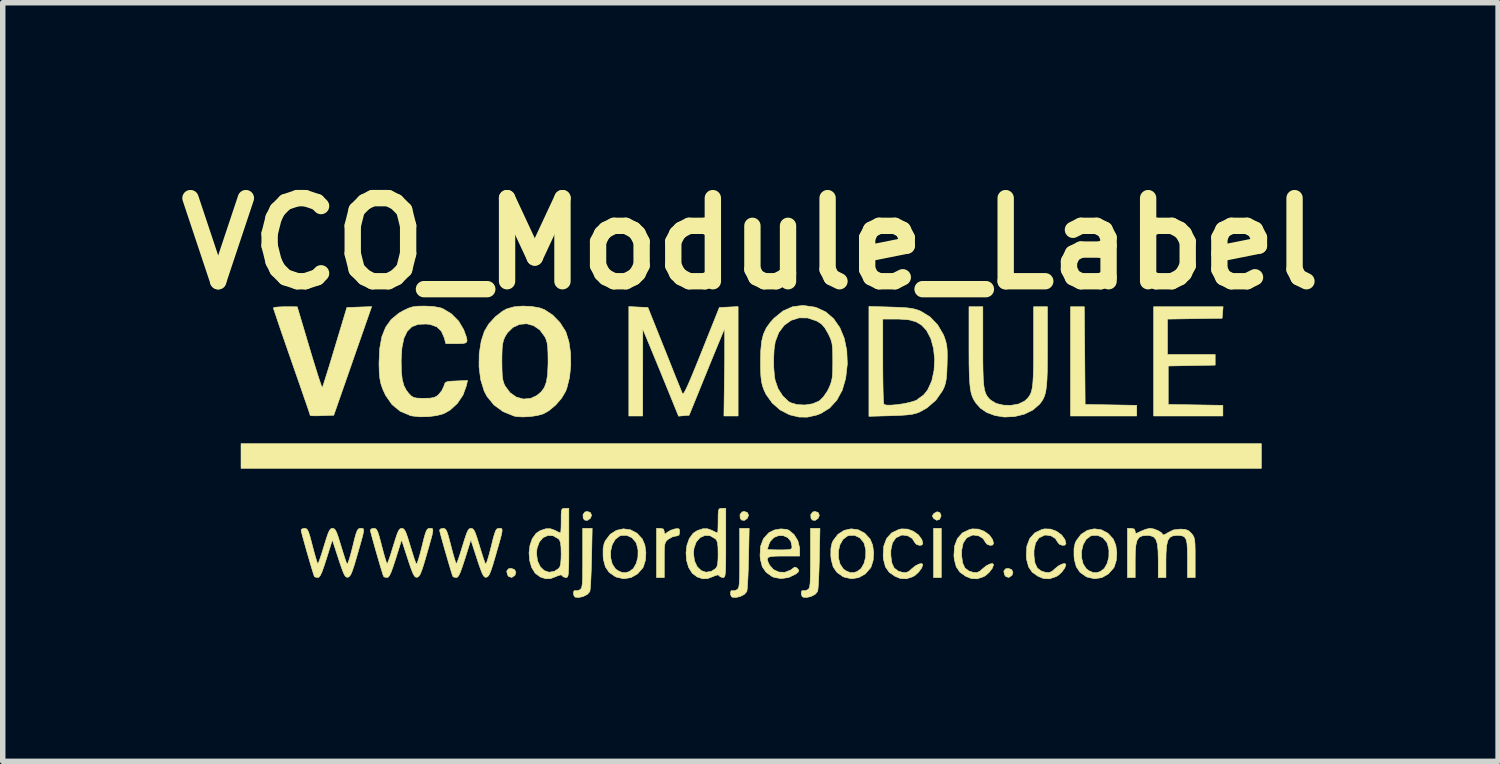
<source format=kicad_pcb>
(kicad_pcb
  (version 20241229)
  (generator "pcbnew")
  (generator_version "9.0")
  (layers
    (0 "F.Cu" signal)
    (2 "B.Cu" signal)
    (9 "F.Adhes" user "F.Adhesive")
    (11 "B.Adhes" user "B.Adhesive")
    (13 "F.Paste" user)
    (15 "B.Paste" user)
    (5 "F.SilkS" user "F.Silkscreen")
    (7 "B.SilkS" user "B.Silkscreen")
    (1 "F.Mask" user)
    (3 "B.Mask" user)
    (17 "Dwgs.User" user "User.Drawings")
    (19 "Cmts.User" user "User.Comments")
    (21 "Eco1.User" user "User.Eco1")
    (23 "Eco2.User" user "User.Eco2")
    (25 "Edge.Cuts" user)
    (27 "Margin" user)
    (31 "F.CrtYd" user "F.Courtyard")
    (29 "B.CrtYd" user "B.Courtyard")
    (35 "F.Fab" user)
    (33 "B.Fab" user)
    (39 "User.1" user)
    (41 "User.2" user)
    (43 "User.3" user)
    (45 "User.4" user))
  (footprint "VCO_Module_Label"
    (layer "F.Cu")
    (at 10.712 5.228)
    (property "Reference" "VCO_Module_Label" (at 0 -3.81 0) (layer "F.SilkS") (effects (font (size 1.524 1.524) (thickness 0.3))))
    (attr through_hole)
    (fp_poly (pts (xy 3.5 2.314) (xy 3.358 2.314) (xy 3.358 1.411) (xy 3.5 1.411) (xy 3.5 2.314)) (stroke (width 0.01) (type solid)) (fill yes) (layer "F.SilkS"))
    (fp_poly (pts (xy 9.37 0.31) (xy -9.342 0.31) (xy -9.342 -0.141) (xy 9.37 -0.141) (xy 9.37 0.31)) (stroke (width 0.01) (type solid)) (fill yes) (layer "F.SilkS"))
    (fp_poly (pts (xy 6.131 -1.757) (xy 6.138 -0.861) (xy 6.611 -0.853) (xy 7.084 -0.845) (xy 7.084 -0.649) (xy 5.87 -0.649) (xy 5.87 -2.653) (xy 6.123 -2.653) (xy 6.131 -1.757)) (stroke (width 0.01) (type solid)) (fill yes) (layer "F.SilkS"))
    (fp_poly (pts (xy -2.934 1.122) (xy -2.913 1.172) (xy -2.935 1.228) (xy -2.99 1.266) (xy -3.041 1.259) (xy -3.066 1.228) (xy -3.071 1.159) (xy -3.034 1.111) (xy -2.992 1.101) (xy -2.934 1.122)) (stroke (width 0.01) (type solid)) (fill yes) (layer "F.SilkS"))
    (fp_poly (pts (xy -0.055 1.122) (xy -0.034 1.172) (xy -0.057 1.228) (xy -0.111 1.266) (xy -0.163 1.259) (xy -0.187 1.228) (xy -0.192 1.159) (xy -0.155 1.111) (xy -0.113 1.101) (xy -0.055 1.122)) (stroke (width 0.01) (type solid)) (fill yes) (layer "F.SilkS"))
    (fp_poly (pts (xy 1.243 1.122) (xy 1.264 1.172) (xy 1.241 1.228) (xy 1.187 1.266) (xy 1.136 1.259) (xy 1.111 1.228) (xy 1.106 1.159) (xy 1.143 1.111) (xy 1.185 1.101) (xy 1.243 1.122)) (stroke (width 0.01) (type solid)) (fill yes) (layer "F.SilkS"))
    (fp_poly (pts (xy -4.328 2.166) (xy -4.301 2.215) (xy -4.319 2.273) (xy -4.321 2.275) (xy -4.377 2.312) (xy -4.431 2.296) (xy -4.454 2.265) (xy -4.47 2.196) (xy -4.438 2.154) (xy -4.389 2.145) (xy -4.328 2.166)) (stroke (width 0.01) (type solid)) (fill yes) (layer "F.SilkS"))
    (fp_poly (pts (xy 4.788 2.166) (xy 4.814 2.215) (xy 4.797 2.273) (xy 4.795 2.275) (xy 4.739 2.312) (xy 4.685 2.296) (xy 4.661 2.265) (xy 4.646 2.196) (xy 4.678 2.154) (xy 4.727 2.145) (xy 4.788 2.166)) (stroke (width 0.01) (type solid)) (fill yes) (layer "F.SilkS"))
    (fp_poly (pts (xy 3.472 1.121) (xy 3.495 1.171) (xy 3.494 1.192) (xy 3.466 1.249) (xy 3.414 1.263) (xy 3.359 1.229) (xy 3.358 1.227) (xy 3.336 1.185) (xy 3.359 1.145) (xy 3.366 1.138) (xy 3.423 1.107) (xy 3.472 1.121)) (stroke (width 0.01) (type solid)) (fill yes) (layer "F.SilkS"))
    (fp_poly (pts (xy 8.659 -2.547) (xy 8.65 -2.441) (xy 8.149 -2.434) (xy 7.648 -2.426) (xy 7.648 -1.778) (xy 8.523 -1.778) (xy 8.523 -1.582) (xy 8.093 -1.574) (xy 7.662 -1.566) (xy 7.662 -0.861) (xy 8.163 -0.853) (xy 8.664 -0.845) (xy 8.664 -0.649) (xy 7.394 -0.649) (xy 7.394 -2.653) (xy 8.668 -2.653) (xy 8.659 -2.547)) (stroke (width 0.01) (type solid)) (fill yes) (layer "F.SilkS"))
    (fp_poly (pts (xy -1.596 1.424) (xy -1.58 1.469) (xy -1.58 1.472) (xy -1.577 1.514) (xy -1.555 1.509) (xy -1.529 1.486) (xy -1.464 1.447) (xy -1.388 1.422) (xy -1.326 1.414) (xy -1.302 1.432) (xy -1.298 1.478) (xy -1.309 1.534) (xy -1.351 1.552) (xy -1.365 1.552) (xy -1.434 1.569) (xy -1.506 1.611) (xy -1.538 1.638) (xy -1.559 1.668) (xy -1.572 1.713) (xy -1.578 1.782) (xy -1.58 1.889) (xy -1.58 1.992) (xy -1.58 2.314) (xy -1.722 2.314) (xy -1.722 1.411) (xy -1.651 1.411) (xy -1.596 1.424)) (stroke (width 0.01) (type solid)) (fill yes) (layer "F.SilkS"))
    (fp_poly (pts (xy -2.913 1.968) (xy -2.918 2.143) (xy -2.924 2.299) (xy -2.93 2.429) (xy -2.938 2.522) (xy -2.945 2.569) (xy -2.945 2.571) (xy -2.991 2.622) (xy -3.064 2.66) (xy -3.144 2.679) (xy -3.209 2.674) (xy -3.227 2.662) (xy -3.243 2.625) (xy -3.244 2.58) (xy -3.231 2.553) (xy -3.218 2.554) (xy -3.174 2.555) (xy -3.133 2.54) (xy -3.114 2.527) (xy -3.099 2.506) (xy -3.089 2.469) (xy -3.082 2.41) (xy -3.078 2.318) (xy -3.077 2.189) (xy -3.076 2.012) (xy -3.076 1.96) (xy -3.076 1.411) (xy -2.902 1.411) (xy -2.913 1.968)) (stroke (width 0.01) (type solid)) (fill yes) (layer "F.SilkS"))
    (fp_poly (pts (xy -0.034 1.968) (xy -0.039 2.143) (xy -0.045 2.299) (xy -0.052 2.429) (xy -0.059 2.522) (xy -0.066 2.569) (xy -0.067 2.571) (xy -0.112 2.622) (xy -0.186 2.66) (xy -0.265 2.679) (xy -0.331 2.674) (xy -0.348 2.662) (xy -0.365 2.625) (xy -0.365 2.58) (xy -0.352 2.553) (xy -0.339 2.554) (xy -0.295 2.555) (xy -0.255 2.54) (xy -0.235 2.527) (xy -0.22 2.506) (xy -0.21 2.469) (xy -0.204 2.41) (xy -0.2 2.318) (xy -0.198 2.189) (xy -0.198 2.012) (xy -0.198 1.96) (xy -0.198 1.411) (xy -0.023 1.411) (xy -0.034 1.968)) (stroke (width 0.01) (type solid)) (fill yes) (layer "F.SilkS"))
    (fp_poly (pts (xy 1.264 1.968) (xy 1.259 2.143) (xy 1.253 2.299) (xy 1.247 2.429) (xy 1.239 2.522) (xy 1.232 2.569) (xy 1.231 2.571) (xy 1.186 2.622) (xy 1.113 2.66) (xy 1.033 2.679) (xy 0.968 2.674) (xy 0.95 2.662) (xy 0.934 2.625) (xy 0.933 2.58) (xy 0.946 2.553) (xy 0.959 2.554) (xy 1.003 2.555) (xy 1.044 2.54) (xy 1.063 2.527) (xy 1.078 2.506) (xy 1.088 2.469) (xy 1.095 2.41) (xy 1.098 2.318) (xy 1.1 2.189) (xy 1.101 2.012) (xy 1.101 1.96) (xy 1.101 1.411) (xy 1.275 1.411) (xy 1.264 1.968)) (stroke (width 0.01) (type solid)) (fill yes) (layer "F.SilkS"))
    (fp_poly (pts (xy -2.202 1.437) (xy -2.081 1.5) (xy -1.983 1.606) (xy -1.936 1.718) (xy -1.917 1.856) (xy -1.926 1.997) (xy -1.964 2.118) (xy -1.974 2.136) (xy -2.07 2.246) (xy -2.19 2.314) (xy -2.322 2.336) (xy -2.454 2.307) (xy -2.482 2.295) (xy -2.591 2.218) (xy -2.66 2.117) (xy -2.696 1.983) (xy -2.702 1.912) (xy -2.702 1.828) (xy -2.563 1.828) (xy -2.563 1.951) (xy -2.534 2.065) (xy -2.475 2.154) (xy -2.431 2.187) (xy -2.353 2.221) (xy -2.287 2.224) (xy -2.219 2.203) (xy -2.146 2.147) (xy -2.093 2.053) (xy -2.063 1.936) (xy -2.061 1.811) (xy -2.089 1.694) (xy -2.101 1.668) (xy -2.172 1.584) (xy -2.268 1.54) (xy -2.373 1.543) (xy -2.397 1.551) (xy -2.479 1.613) (xy -2.535 1.711) (xy -2.563 1.828) (xy -2.702 1.828) (xy -2.702 1.782) (xy -2.682 1.686) (xy -2.661 1.639) (xy -2.572 1.521) (xy -2.458 1.448) (xy -2.331 1.42) (xy -2.202 1.437)) (stroke (width 0.01) (type solid)) (fill yes) (layer "F.SilkS"))
    (fp_poly (pts (xy 1.975 1.437) (xy 2.096 1.5) (xy 2.194 1.606) (xy 2.241 1.718) (xy 2.26 1.856) (xy 2.251 1.997) (xy 2.213 2.118) (xy 2.203 2.136) (xy 2.107 2.246) (xy 1.987 2.314) (xy 1.855 2.336) (xy 1.723 2.307) (xy 1.695 2.295) (xy 1.586 2.218) (xy 1.517 2.117) (xy 1.481 1.983) (xy 1.474 1.912) (xy 1.475 1.828) (xy 1.614 1.828) (xy 1.614 1.951) (xy 1.643 2.065) (xy 1.702 2.154) (xy 1.746 2.187) (xy 1.824 2.221) (xy 1.89 2.224) (xy 1.958 2.203) (xy 2.031 2.147) (xy 2.084 2.053) (xy 2.113 1.936) (xy 2.116 1.811) (xy 2.088 1.694) (xy 2.076 1.668) (xy 2.005 1.584) (xy 1.909 1.54) (xy 1.804 1.543) (xy 1.78 1.551) (xy 1.698 1.613) (xy 1.642 1.711) (xy 1.614 1.828) (xy 1.475 1.828) (xy 1.475 1.782) (xy 1.495 1.686) (xy 1.515 1.639) (xy 1.605 1.521) (xy 1.719 1.448) (xy 1.846 1.42) (xy 1.975 1.437)) (stroke (width 0.01) (type solid)) (fill yes) (layer "F.SilkS"))
    (fp_poly (pts (xy 2.882 1.425) (xy 2.99 1.466) (xy 3.083 1.533) (xy 3.144 1.618) (xy 3.161 1.692) (xy 3.14 1.719) (xy 3.093 1.722) (xy 3.043 1.704) (xy 3.013 1.67) (xy 3.012 1.668) (xy 2.968 1.597) (xy 2.888 1.549) (xy 2.794 1.534) (xy 2.765 1.538) (xy 2.667 1.586) (xy 2.604 1.678) (xy 2.575 1.813) (xy 2.575 1.913) (xy 2.594 2.048) (xy 2.636 2.139) (xy 2.708 2.194) (xy 2.786 2.218) (xy 2.852 2.223) (xy 2.906 2.2) (xy 2.964 2.148) (xy 3.027 2.098) (xy 3.09 2.066) (xy 3.14 2.056) (xy 3.161 2.075) (xy 3.161 2.076) (xy 3.14 2.139) (xy 3.086 2.212) (xy 3.017 2.275) (xy 2.981 2.296) (xy 2.861 2.337) (xy 2.75 2.331) (xy 2.655 2.293) (xy 2.546 2.218) (xy 2.476 2.118) (xy 2.441 1.983) (xy 2.434 1.912) (xy 2.445 1.738) (xy 2.497 1.598) (xy 2.589 1.495) (xy 2.718 1.433) (xy 2.77 1.421) (xy 2.882 1.425)) (stroke (width 0.01) (type solid)) (fill yes) (layer "F.SilkS"))
    (fp_poly (pts (xy 4.18 1.425) (xy 4.289 1.466) (xy 4.381 1.533) (xy 4.442 1.618) (xy 4.459 1.692) (xy 4.438 1.719) (xy 4.392 1.722) (xy 4.341 1.704) (xy 4.311 1.67) (xy 4.311 1.668) (xy 4.266 1.597) (xy 4.186 1.549) (xy 4.092 1.534) (xy 4.063 1.538) (xy 3.965 1.586) (xy 3.902 1.678) (xy 3.874 1.813) (xy 3.873 1.913) (xy 3.892 2.048) (xy 3.934 2.139) (xy 4.006 2.194) (xy 4.084 2.218) (xy 4.15 2.223) (xy 4.204 2.2) (xy 4.263 2.148) (xy 4.325 2.098) (xy 4.389 2.066) (xy 4.438 2.056) (xy 4.459 2.075) (xy 4.459 2.076) (xy 4.438 2.139) (xy 4.384 2.212) (xy 4.315 2.275) (xy 4.28 2.296) (xy 4.159 2.337) (xy 4.049 2.331) (xy 3.953 2.293) (xy 3.844 2.218) (xy 3.775 2.118) (xy 3.739 1.983) (xy 3.732 1.912) (xy 3.743 1.738) (xy 3.796 1.598) (xy 3.887 1.495) (xy 4.016 1.433) (xy 4.068 1.421) (xy 4.18 1.425)) (stroke (width 0.01) (type solid)) (fill yes) (layer "F.SilkS"))
    (fp_poly (pts (xy 5.506 1.425) (xy 5.615 1.466) (xy 5.707 1.533) (xy 5.768 1.618) (xy 5.786 1.692) (xy 5.765 1.719) (xy 5.718 1.722) (xy 5.668 1.704) (xy 5.638 1.67) (xy 5.637 1.668) (xy 5.592 1.597) (xy 5.513 1.549) (xy 5.419 1.534) (xy 5.39 1.538) (xy 5.292 1.586) (xy 5.229 1.678) (xy 5.2 1.813) (xy 5.2 1.913) (xy 5.218 2.048) (xy 5.261 2.139) (xy 5.333 2.194) (xy 5.411 2.218) (xy 5.476 2.223) (xy 5.531 2.2) (xy 5.589 2.148) (xy 5.651 2.098) (xy 5.715 2.066) (xy 5.765 2.056) (xy 5.786 2.075) (xy 5.786 2.076) (xy 5.764 2.139) (xy 5.711 2.212) (xy 5.642 2.275) (xy 5.606 2.296) (xy 5.485 2.337) (xy 5.375 2.331) (xy 5.28 2.293) (xy 5.17 2.218) (xy 5.101 2.118) (xy 5.065 1.983) (xy 5.059 1.912) (xy 5.069 1.738) (xy 5.122 1.598) (xy 5.214 1.495) (xy 5.343 1.433) (xy 5.394 1.421) (xy 5.506 1.425)) (stroke (width 0.01) (type solid)) (fill yes) (layer "F.SilkS"))
    (fp_poly (pts (xy 6.434 1.437) (xy 6.555 1.5) (xy 6.653 1.606) (xy 6.7 1.718) (xy 6.719 1.856) (xy 6.71 1.997) (xy 6.672 2.118) (xy 6.662 2.136) (xy 6.566 2.246) (xy 6.446 2.314) (xy 6.314 2.336) (xy 6.182 2.307) (xy 6.154 2.295) (xy 6.045 2.218) (xy 5.976 2.117) (xy 5.94 1.983) (xy 5.934 1.912) (xy 5.934 1.828) (xy 6.073 1.828) (xy 6.073 1.951) (xy 6.102 2.065) (xy 6.161 2.154) (xy 6.205 2.187) (xy 6.283 2.221) (xy 6.349 2.224) (xy 6.417 2.203) (xy 6.49 2.147) (xy 6.543 2.053) (xy 6.573 1.936) (xy 6.575 1.811) (xy 6.547 1.694) (xy 6.535 1.668) (xy 6.464 1.584) (xy 6.368 1.54) (xy 6.263 1.543) (xy 6.239 1.551) (xy 6.157 1.613) (xy 6.101 1.711) (xy 6.073 1.828) (xy 5.934 1.828) (xy 5.934 1.782) (xy 5.954 1.686) (xy 5.975 1.639) (xy 6.064 1.521) (xy 6.178 1.448) (xy 6.305 1.42) (xy 6.434 1.437)) (stroke (width 0.01) (type solid)) (fill yes) (layer "F.SilkS"))
    (fp_poly (pts (xy -7.116 -2.167) (xy -7.187 -1.965) (xy -7.268 -1.733) (xy -7.351 -1.494) (xy -7.429 -1.27) (xy -7.464 -1.171) (xy -7.641 -0.663) (xy -7.856 -0.655) (xy -7.958 -0.652) (xy -8.034 -0.653) (xy -8.07 -0.657) (xy -8.072 -0.658) (xy -8.081 -0.686) (xy -8.106 -0.762) (xy -8.146 -0.879) (xy -8.199 -1.031) (xy -8.261 -1.212) (xy -8.333 -1.417) (xy -8.41 -1.639) (xy -8.41 -1.64) (xy -8.488 -1.863) (xy -8.559 -2.068) (xy -8.622 -2.251) (xy -8.674 -2.405) (xy -8.714 -2.524) (xy -8.74 -2.601) (xy -8.749 -2.632) (xy -8.723 -2.642) (xy -8.654 -2.649) (xy -8.556 -2.653) (xy -8.53 -2.653) (xy -8.311 -2.652) (xy -8.088 -1.904) (xy -8.03 -1.71) (xy -7.976 -1.536) (xy -7.93 -1.388) (xy -7.892 -1.273) (xy -7.866 -1.198) (xy -7.853 -1.17) (xy -7.852 -1.17) (xy -7.841 -1.199) (xy -7.815 -1.276) (xy -7.779 -1.392) (xy -7.732 -1.541) (xy -7.679 -1.715) (xy -7.621 -1.908) (xy -7.62 -1.911) (xy -7.401 -2.639) (xy -7.174 -2.647) (xy -6.946 -2.655) (xy -7.116 -2.167)) (stroke (width 0.01) (type solid)) (fill yes) (layer "F.SilkS"))
    (fp_poly (pts (xy -0.226 -0.649) (xy -0.486 -0.649) (xy -0.476 -1.451) (xy -0.473 -1.657) (xy -0.472 -1.842) (xy -0.472 -2) (xy -0.472 -2.124) (xy -0.473 -2.207) (xy -0.475 -2.242) (xy -0.476 -2.243) (xy -0.489 -2.215) (xy -0.52 -2.141) (xy -0.567 -2.028) (xy -0.627 -1.883) (xy -0.698 -1.711) (xy -0.776 -1.519) (xy -0.805 -1.448) (xy -1.124 -0.663) (xy -1.221 -0.655) (xy -1.318 -0.646) (xy -1.511 -1.12) (xy -1.586 -1.303) (xy -1.665 -1.497) (xy -1.742 -1.684) (xy -1.809 -1.846) (xy -1.839 -1.919) (xy -1.974 -2.244) (xy -1.975 -1.446) (xy -1.976 -0.649) (xy -2.23 -0.649) (xy -2.23 -2.656) (xy -2.055 -2.647) (xy -1.88 -2.639) (xy -1.575 -1.877) (xy -1.496 -1.68) (xy -1.424 -1.498) (xy -1.36 -1.338) (xy -1.307 -1.208) (xy -1.269 -1.114) (xy -1.249 -1.064) (xy -1.247 -1.06) (xy -1.236 -1.056) (xy -1.215 -1.08) (xy -1.184 -1.138) (xy -1.14 -1.232) (xy -1.082 -1.367) (xy -1.008 -1.547) (xy -0.916 -1.774) (xy -0.897 -1.822) (xy -0.57 -2.639) (xy -0.398 -2.647) (xy -0.226 -2.656) (xy -0.226 -0.649)) (stroke (width 0.01) (type solid)) (fill yes) (layer "F.SilkS"))
    (fp_poly (pts (xy 4.262 -1.918) (xy 4.262 -1.675) (xy 4.265 -1.482) (xy 4.27 -1.331) (xy 4.279 -1.216) (xy 4.293 -1.129) (xy 4.313 -1.064) (xy 4.34 -1.013) (xy 4.375 -0.97) (xy 4.408 -0.939) (xy 4.508 -0.879) (xy 4.639 -0.848) (xy 4.782 -0.845) (xy 4.917 -0.869) (xy 5.026 -0.922) (xy 5.046 -0.938) (xy 5.088 -0.98) (xy 5.121 -1.024) (xy 5.147 -1.078) (xy 5.165 -1.147) (xy 5.178 -1.24) (xy 5.186 -1.363) (xy 5.191 -1.523) (xy 5.193 -1.728) (xy 5.193 -1.918) (xy 5.193 -2.653) (xy 5.447 -2.653) (xy 5.447 -1.915) (xy 5.446 -1.666) (xy 5.444 -1.466) (xy 5.438 -1.308) (xy 5.428 -1.185) (xy 5.414 -1.09) (xy 5.393 -1.016) (xy 5.366 -0.955) (xy 5.33 -0.901) (xy 5.302 -0.865) (xy 5.181 -0.76) (xy 5.024 -0.683) (xy 4.845 -0.639) (xy 4.657 -0.63) (xy 4.483 -0.658) (xy 4.333 -0.714) (xy 4.219 -0.792) (xy 4.139 -0.881) (xy 4.102 -0.937) (xy 4.072 -0.996) (xy 4.049 -1.066) (xy 4.032 -1.155) (xy 4.021 -1.27) (xy 4.013 -1.417) (xy 4.009 -1.604) (xy 4.008 -1.838) (xy 4.008 -1.926) (xy 4.008 -2.653) (xy 4.262 -2.653) (xy 4.262 -1.918)) (stroke (width 0.01) (type solid)) (fill yes) (layer "F.SilkS"))
    (fp_poly (pts (xy 0.663 1.43) (xy 0.705 1.446) (xy 0.8 1.525) (xy 0.87 1.639) (xy 0.902 1.769) (xy 0.903 1.796) (xy 0.903 1.919) (xy 0.607 1.919) (xy 0.465 1.921) (xy 0.372 1.928) (xy 0.323 1.946) (xy 0.309 1.978) (xy 0.324 2.03) (xy 0.351 2.086) (xy 0.423 2.168) (xy 0.522 2.213) (xy 0.631 2.217) (xy 0.736 2.177) (xy 0.77 2.152) (xy 0.812 2.122) (xy 0.846 2.133) (xy 0.864 2.15) (xy 0.888 2.183) (xy 0.877 2.212) (xy 0.824 2.254) (xy 0.823 2.254) (xy 0.7 2.313) (xy 0.562 2.333) (xy 0.433 2.31) (xy 0.397 2.295) (xy 0.288 2.217) (xy 0.218 2.117) (xy 0.183 1.983) (xy 0.176 1.912) (xy 0.183 1.796) (xy 0.31 1.796) (xy 0.336 1.801) (xy 0.406 1.804) (xy 0.504 1.806) (xy 0.536 1.806) (xy 0.648 1.805) (xy 0.715 1.8) (xy 0.749 1.788) (xy 0.761 1.765) (xy 0.762 1.742) (xy 0.74 1.646) (xy 0.683 1.58) (xy 0.603 1.546) (xy 0.515 1.545) (xy 0.431 1.579) (xy 0.364 1.649) (xy 0.342 1.697) (xy 0.321 1.76) (xy 0.311 1.795) (xy 0.31 1.796) (xy 0.183 1.796) (xy 0.186 1.74) (xy 0.238 1.602) (xy 0.334 1.495) (xy 0.344 1.488) (xy 0.44 1.441) (xy 0.555 1.421) (xy 0.663 1.43)) (stroke (width 0.01) (type solid)) (fill yes) (layer "F.SilkS"))
    (fp_poly (pts (xy 7.041 1.425) (xy 7.056 1.465) (xy 7.058 1.497) (xy 7.076 1.503) (xy 7.124 1.483) (xy 7.16 1.465) (xy 7.244 1.43) (xy 7.318 1.412) (xy 7.331 1.411) (xy 7.4 1.423) (xy 7.475 1.453) (xy 7.536 1.49) (xy 7.563 1.525) (xy 7.564 1.527) (xy 7.583 1.531) (xy 7.633 1.506) (xy 7.655 1.491) (xy 7.758 1.44) (xy 7.883 1.425) (xy 7.976 1.431) (xy 8.036 1.455) (xy 8.088 1.504) (xy 8.116 1.54) (xy 8.135 1.578) (xy 8.147 1.63) (xy 8.153 1.706) (xy 8.156 1.818) (xy 8.156 1.949) (xy 8.156 2.314) (xy 8.015 2.314) (xy 8.015 1.965) (xy 8.013 1.802) (xy 8.006 1.687) (xy 7.988 1.611) (xy 7.958 1.567) (xy 7.91 1.547) (xy 7.841 1.541) (xy 7.825 1.541) (xy 7.747 1.549) (xy 7.691 1.578) (xy 7.654 1.636) (xy 7.632 1.73) (xy 7.622 1.867) (xy 7.62 1.993) (xy 7.62 2.314) (xy 7.479 2.314) (xy 7.479 1.993) (xy 7.475 1.821) (xy 7.462 1.698) (xy 7.436 1.616) (xy 7.394 1.568) (xy 7.331 1.545) (xy 7.267 1.541) (xy 7.187 1.549) (xy 7.129 1.576) (xy 7.091 1.632) (xy 7.068 1.722) (xy 7.058 1.856) (xy 7.056 1.993) (xy 7.056 2.314) (xy 6.914 2.314) (xy 6.914 1.411) (xy 6.985 1.411) (xy 7.041 1.425)) (stroke (width 0.01) (type solid)) (fill yes) (layer "F.SilkS"))
    (fp_poly (pts (xy -3.33 1.679) (xy -3.33 1.884) (xy -3.331 2.04) (xy -3.334 2.152) (xy -3.338 2.229) (xy -3.345 2.277) (xy -3.355 2.302) (xy -3.369 2.313) (xy -3.384 2.314) (xy -3.435 2.299) (xy -3.45 2.28) (xy -3.473 2.264) (xy -3.529 2.279) (xy -3.562 2.294) (xy -3.665 2.333) (xy -3.753 2.336) (xy -3.854 2.303) (xy -3.855 2.302) (xy -3.947 2.234) (xy -4.012 2.129) (xy -4.049 2.001) (xy -4.059 1.872) (xy -3.923 1.872) (xy -3.905 2.008) (xy -3.855 2.115) (xy -3.782 2.186) (xy -3.693 2.216) (xy -3.597 2.2) (xy -3.521 2.151) (xy -3.495 2.117) (xy -3.48 2.061) (xy -3.473 1.97) (xy -3.471 1.877) (xy -3.474 1.754) (xy -3.483 1.675) (xy -3.501 1.626) (xy -3.521 1.603) (xy -3.619 1.547) (xy -3.716 1.542) (xy -3.803 1.582) (xy -3.871 1.661) (xy -3.913 1.775) (xy -3.923 1.872) (xy -4.059 1.872) (xy -4.06 1.861) (xy -4.043 1.723) (xy -4 1.599) (xy -3.929 1.502) (xy -3.854 1.452) (xy -3.75 1.418) (xy -3.666 1.418) (xy -3.578 1.451) (xy -3.574 1.454) (xy -3.515 1.483) (xy -3.483 1.496) (xy -3.482 1.496) (xy -3.477 1.47) (xy -3.473 1.401) (xy -3.471 1.302) (xy -3.471 1.27) (xy -3.471 1.158) (xy -3.466 1.091) (xy -3.454 1.057) (xy -3.431 1.046) (xy -3.401 1.044) (xy -3.33 1.044) (xy -3.33 1.679)) (stroke (width 0.01) (type solid)) (fill yes) (layer "F.SilkS"))
    (fp_poly (pts (xy -0.452 1.679) (xy -0.452 1.884) (xy -0.453 2.04) (xy -0.455 2.152) (xy -0.46 2.229) (xy -0.467 2.277) (xy -0.477 2.302) (xy -0.491 2.313) (xy -0.506 2.314) (xy -0.556 2.299) (xy -0.571 2.28) (xy -0.594 2.264) (xy -0.65 2.279) (xy -0.683 2.294) (xy -0.787 2.333) (xy -0.875 2.336) (xy -0.976 2.303) (xy -0.977 2.302) (xy -1.068 2.234) (xy -1.133 2.129) (xy -1.171 2.001) (xy -1.18 1.872) (xy -1.044 1.872) (xy -1.026 2.008) (xy -0.976 2.115) (xy -0.903 2.186) (xy -0.815 2.216) (xy -0.718 2.2) (xy -0.642 2.151) (xy -0.616 2.117) (xy -0.601 2.061) (xy -0.594 1.97) (xy -0.593 1.877) (xy -0.595 1.754) (xy -0.604 1.675) (xy -0.622 1.626) (xy -0.642 1.603) (xy -0.74 1.547) (xy -0.837 1.542) (xy -0.924 1.582) (xy -0.993 1.661) (xy -1.035 1.775) (xy -1.044 1.872) (xy -1.18 1.872) (xy -1.181 1.861) (xy -1.165 1.723) (xy -1.121 1.599) (xy -1.051 1.502) (xy -0.975 1.452) (xy -0.871 1.418) (xy -0.788 1.418) (xy -0.7 1.451) (xy -0.695 1.454) (xy -0.637 1.483) (xy -0.604 1.496) (xy -0.604 1.496) (xy -0.598 1.47) (xy -0.595 1.401) (xy -0.593 1.302) (xy -0.593 1.27) (xy -0.592 1.158) (xy -0.587 1.091) (xy -0.575 1.057) (xy -0.552 1.046) (xy -0.522 1.044) (xy -0.452 1.044) (xy -0.452 1.679)) (stroke (width 0.01) (type solid)) (fill yes) (layer "F.SilkS"))
    (fp_poly (pts (xy 2.575 -2.647) (xy 2.744 -2.641) (xy 2.869 -2.633) (xy 2.963 -2.621) (xy 3.038 -2.603) (xy 3.107 -2.578) (xy 3.125 -2.57) (xy 3.293 -2.467) (xy 3.434 -2.32) (xy 3.539 -2.14) (xy 3.555 -2.1) (xy 3.582 -2.02) (xy 3.599 -1.945) (xy 3.608 -1.859) (xy 3.61 -1.748) (xy 3.607 -1.596) (xy 3.607 -1.595) (xy 3.601 -1.444) (xy 3.592 -1.335) (xy 3.578 -1.254) (xy 3.557 -1.187) (xy 3.525 -1.119) (xy 3.521 -1.112) (xy 3.4 -0.938) (xy 3.236 -0.797) (xy 3.106 -0.724) (xy 3.041 -0.699) (xy 2.967 -0.681) (xy 2.872 -0.669) (xy 2.743 -0.66) (xy 2.575 -0.654) (xy 2.173 -0.643) (xy 2.173 -2.427) (xy 2.427 -2.427) (xy 2.427 -1.656) (xy 2.428 -1.452) (xy 2.43 -1.267) (xy 2.433 -1.108) (xy 2.437 -0.983) (xy 2.442 -0.899) (xy 2.448 -0.863) (xy 2.448 -0.862) (xy 2.493 -0.849) (xy 2.577 -0.848) (xy 2.686 -0.857) (xy 2.805 -0.874) (xy 2.919 -0.898) (xy 3.013 -0.926) (xy 3.048 -0.941) (xy 3.181 -1.04) (xy 3.253 -1.132) (xy 3.326 -1.294) (xy 3.367 -1.484) (xy 3.378 -1.686) (xy 3.358 -1.887) (xy 3.308 -2.069) (xy 3.229 -2.219) (xy 3.226 -2.223) (xy 3.139 -2.316) (xy 3.033 -2.378) (xy 2.897 -2.414) (xy 2.721 -2.427) (xy 2.682 -2.427) (xy 2.427 -2.427) (xy 2.173 -2.427) (xy 2.173 -2.659) (xy 2.575 -2.647)) (stroke (width 0.01) (type solid)) (fill yes) (layer "F.SilkS"))
    (fp_poly (pts (xy -4.012 -2.658) (xy -3.859 -2.63) (xy -3.776 -2.599) (xy -3.626 -2.5) (xy -3.493 -2.363) (xy -3.393 -2.206) (xy -3.383 -2.186) (xy -3.328 -2.009) (xy -3.298 -1.8) (xy -3.295 -1.577) (xy -3.317 -1.358) (xy -3.366 -1.162) (xy -3.389 -1.101) (xy -3.465 -0.973) (xy -3.574 -0.848) (xy -3.699 -0.744) (xy -3.8 -0.688) (xy -3.903 -0.659) (xy -4.035 -0.639) (xy -4.172 -0.632) (xy -4.289 -0.638) (xy -4.332 -0.647) (xy -4.535 -0.729) (xy -4.704 -0.852) (xy -4.833 -1.011) (xy -4.883 -1.107) (xy -4.947 -1.315) (xy -4.977 -1.549) (xy -4.976 -1.651) (xy -4.558 -1.651) (xy -4.556 -1.499) (xy -4.551 -1.39) (xy -4.54 -1.311) (xy -4.522 -1.249) (xy -4.499 -1.199) (xy -4.408 -1.076) (xy -4.293 -0.996) (xy -4.162 -0.96) (xy -4.028 -0.973) (xy -3.92 -1.023) (xy -3.839 -1.09) (xy -3.78 -1.169) (xy -3.742 -1.273) (xy -3.72 -1.409) (xy -3.712 -1.588) (xy -3.711 -1.651) (xy -3.713 -1.803) (xy -3.718 -1.912) (xy -3.729 -1.991) (xy -3.747 -2.053) (xy -3.77 -2.103) (xy -3.862 -2.227) (xy -3.976 -2.306) (xy -4.103 -2.341) (xy -4.233 -2.33) (xy -4.354 -2.275) (xy -4.457 -2.174) (xy -4.501 -2.102) (xy -4.527 -2.043) (xy -4.543 -1.975) (xy -4.553 -1.886) (xy -4.557 -1.764) (xy -4.558 -1.651) (xy -4.976 -1.651) (xy -4.974 -1.792) (xy -4.937 -2.024) (xy -4.879 -2.202) (xy -4.798 -2.338) (xy -4.68 -2.467) (xy -4.544 -2.573) (xy -4.468 -2.614) (xy -4.338 -2.651) (xy -4.179 -2.665) (xy -4.012 -2.658)) (stroke (width 0.01) (type solid)) (fill yes) (layer "F.SilkS"))
    (fp_poly (pts (xy -5.971 -2.665) (xy -5.815 -2.657) (xy -5.69 -2.635) (xy -5.641 -2.618) (xy -5.484 -2.523) (xy -5.352 -2.39) (xy -5.259 -2.234) (xy -5.251 -2.212) (xy -5.21 -2.1) (xy -5.196 -2.03) (xy -5.214 -1.993) (xy -5.27 -1.978) (xy -5.369 -1.976) (xy -5.389 -1.976) (xy -5.586 -1.976) (xy -5.615 -2.083) (xy -5.668 -2.205) (xy -5.753 -2.285) (xy -5.877 -2.328) (xy -5.948 -2.336) (xy -6.094 -2.33) (xy -6.209 -2.286) (xy -6.295 -2.201) (xy -6.355 -2.074) (xy -6.391 -1.9) (xy -6.405 -1.676) (xy -6.405 -1.651) (xy -6.401 -1.462) (xy -6.385 -1.318) (xy -6.355 -1.207) (xy -6.308 -1.117) (xy -6.266 -1.064) (xy -6.219 -1.016) (xy -6.175 -0.989) (xy -6.115 -0.977) (xy -6.021 -0.974) (xy -5.988 -0.974) (xy -5.877 -0.976) (xy -5.805 -0.988) (xy -5.754 -1.012) (xy -5.717 -1.043) (xy -5.659 -1.116) (xy -5.621 -1.197) (xy -5.621 -1.198) (xy -5.607 -1.242) (xy -5.585 -1.269) (xy -5.542 -1.283) (xy -5.464 -1.289) (xy -5.393 -1.292) (xy -5.188 -1.301) (xy -5.208 -1.208) (xy -5.27 -1.036) (xy -5.373 -0.881) (xy -5.507 -0.758) (xy -5.622 -0.693) (xy -5.748 -0.658) (xy -5.904 -0.637) (xy -6.065 -0.634) (xy -6.206 -0.65) (xy -6.239 -0.658) (xy -6.423 -0.736) (xy -6.573 -0.859) (xy -6.691 -1.028) (xy -6.747 -1.15) (xy -6.777 -1.241) (xy -6.796 -1.336) (xy -6.807 -1.451) (xy -6.811 -1.604) (xy -6.811 -1.623) (xy -6.799 -1.884) (xy -6.76 -2.101) (xy -6.69 -2.277) (xy -6.587 -2.42) (xy -6.449 -2.534) (xy -6.365 -2.582) (xy -6.27 -2.627) (xy -6.189 -2.652) (xy -6.097 -2.663) (xy -5.973 -2.665) (xy -5.971 -2.665)) (stroke (width 0.01) (type solid)) (fill yes) (layer "F.SilkS"))
    (fp_poly (pts (xy 1.174 -2.647) (xy 1.21 -2.637) (xy 1.381 -2.558) (xy 1.525 -2.434) (xy 1.639 -2.271) (xy 1.72 -2.075) (xy 1.767 -1.85) (xy 1.777 -1.603) (xy 1.747 -1.34) (xy 1.747 -1.34) (xy 1.684 -1.123) (xy 1.584 -0.939) (xy 1.451 -0.794) (xy 1.289 -0.694) (xy 1.21 -0.665) (xy 1.042 -0.628) (xy 0.89 -0.63) (xy 0.727 -0.669) (xy 0.71 -0.675) (xy 0.545 -0.76) (xy 0.399 -0.888) (xy 0.286 -1.047) (xy 0.248 -1.128) (xy 0.22 -1.207) (xy 0.202 -1.287) (xy 0.191 -1.385) (xy 0.186 -1.513) (xy 0.185 -1.637) (xy 0.186 -1.705) (xy 0.426 -1.705) (xy 0.428 -1.532) (xy 0.441 -1.374) (xy 0.454 -1.301) (xy 0.507 -1.15) (xy 0.592 -1.017) (xy 0.697 -0.917) (xy 0.737 -0.893) (xy 0.857 -0.858) (xy 0.999 -0.851) (xy 1.14 -0.873) (xy 1.256 -0.922) (xy 1.268 -0.93) (xy 1.34 -1.002) (xy 1.411 -1.105) (xy 1.436 -1.155) (xy 1.468 -1.228) (xy 1.489 -1.295) (xy 1.502 -1.371) (xy 1.508 -1.47) (xy 1.51 -1.607) (xy 1.51 -1.653) (xy 1.509 -1.8) (xy 1.505 -1.905) (xy 1.495 -1.982) (xy 1.477 -2.047) (xy 1.449 -2.113) (xy 1.425 -2.161) (xy 1.365 -2.265) (xy 1.305 -2.334) (xy 1.228 -2.385) (xy 1.214 -2.392) (xy 1.051 -2.447) (xy 0.892 -2.449) (xy 0.746 -2.403) (xy 0.619 -2.312) (xy 0.52 -2.18) (xy 0.455 -2.011) (xy 0.454 -2.004) (xy 0.434 -1.87) (xy 0.426 -1.705) (xy 0.186 -1.705) (xy 0.189 -1.847) (xy 0.205 -2.014) (xy 0.238 -2.148) (xy 0.29 -2.262) (xy 0.366 -2.368) (xy 0.434 -2.443) (xy 0.597 -2.575) (xy 0.773 -2.653) (xy 0.965 -2.677) (xy 1.174 -2.647)) (stroke (width 0.01) (type solid)) (fill yes) (layer "F.SilkS"))
    (fp_poly (pts (xy -7.12 1.411) (xy -7.102 1.417) (xy -7.094 1.436) (xy -7.096 1.474) (xy -7.109 1.539) (xy -7.136 1.638) (xy -7.176 1.779) (xy -7.22 1.933) (xy -7.265 2.085) (xy -7.3 2.19) (xy -7.328 2.257) (xy -7.354 2.293) (xy -7.379 2.308) (xy -7.384 2.309) (xy -7.409 2.306) (xy -7.433 2.285) (xy -7.459 2.238) (xy -7.491 2.156) (xy -7.534 2.032) (xy -7.554 1.97) (xy -7.667 1.623) (xy -7.775 1.968) (xy -7.824 2.117) (xy -7.861 2.219) (xy -7.891 2.281) (xy -7.917 2.309) (xy -7.933 2.314) (xy -7.983 2.304) (xy -7.997 2.293) (xy -8.01 2.258) (xy -8.034 2.18) (xy -8.067 2.071) (xy -8.104 1.944) (xy -8.143 1.81) (xy -8.179 1.681) (xy -8.21 1.569) (xy -8.232 1.486) (xy -8.241 1.443) (xy -8.241 1.442) (xy -8.217 1.418) (xy -8.177 1.411) (xy -8.148 1.416) (xy -8.125 1.436) (xy -8.103 1.48) (xy -8.078 1.558) (xy -8.046 1.678) (xy -8.031 1.736) (xy -7.998 1.862) (xy -7.968 1.965) (xy -7.946 2.035) (xy -7.933 2.06) (xy -7.919 2.035) (xy -7.893 1.966) (xy -7.859 1.863) (xy -7.821 1.738) (xy -7.82 1.736) (xy -7.777 1.597) (xy -7.745 1.503) (xy -7.719 1.447) (xy -7.694 1.419) (xy -7.667 1.411) (xy -7.663 1.411) (xy -7.636 1.418) (xy -7.611 1.443) (xy -7.585 1.496) (xy -7.554 1.585) (xy -7.513 1.719) (xy -7.51 1.729) (xy -7.471 1.855) (xy -7.437 1.962) (xy -7.411 2.036) (xy -7.396 2.067) (xy -7.383 2.05) (xy -7.36 1.987) (xy -7.331 1.889) (xy -7.299 1.764) (xy -7.295 1.75) (xy -7.261 1.608) (xy -7.234 1.513) (xy -7.212 1.454) (xy -7.191 1.424) (xy -7.166 1.412) (xy -7.147 1.411) (xy -7.12 1.411)) (stroke (width 0.01) (type solid)) (fill yes) (layer "F.SilkS"))
    (fp_poly (pts (xy -5.85 1.411) (xy -5.832 1.417) (xy -5.824 1.436) (xy -5.826 1.474) (xy -5.839 1.539) (xy -5.866 1.638) (xy -5.906 1.779) (xy -5.95 1.933) (xy -5.995 2.085) (xy -6.03 2.19) (xy -6.058 2.257) (xy -6.084 2.293) (xy -6.109 2.308) (xy -6.114 2.309) (xy -6.139 2.306) (xy -6.163 2.285) (xy -6.189 2.238) (xy -6.221 2.156) (xy -6.264 2.032) (xy -6.284 1.97) (xy -6.397 1.623) (xy -6.505 1.968) (xy -6.554 2.117) (xy -6.591 2.219) (xy -6.621 2.281) (xy -6.647 2.309) (xy -6.663 2.314) (xy -6.713 2.304) (xy -6.727 2.293) (xy -6.74 2.258) (xy -6.764 2.18) (xy -6.797 2.071) (xy -6.834 1.944) (xy -6.873 1.81) (xy -6.909 1.681) (xy -6.94 1.569) (xy -6.962 1.486) (xy -6.971 1.443) (xy -6.971 1.442) (xy -6.947 1.418) (xy -6.907 1.411) (xy -6.878 1.416) (xy -6.855 1.436) (xy -6.833 1.48) (xy -6.808 1.558) (xy -6.776 1.678) (xy -6.761 1.736) (xy -6.728 1.862) (xy -6.698 1.965) (xy -6.676 2.035) (xy -6.663 2.06) (xy -6.649 2.035) (xy -6.623 1.966) (xy -6.589 1.863) (xy -6.551 1.738) (xy -6.55 1.736) (xy -6.507 1.597) (xy -6.475 1.503) (xy -6.449 1.447) (xy -6.424 1.419) (xy -6.397 1.411) (xy -6.393 1.411) (xy -6.366 1.418) (xy -6.341 1.443) (xy -6.315 1.496) (xy -6.284 1.585) (xy -6.243 1.719) (xy -6.24 1.729) (xy -6.201 1.855) (xy -6.167 1.962) (xy -6.141 2.036) (xy -6.126 2.067) (xy -6.113 2.05) (xy -6.09 1.987) (xy -6.061 1.889) (xy -6.029 1.764) (xy -6.025 1.75) (xy -5.991 1.608) (xy -5.964 1.513) (xy -5.942 1.454) (xy -5.921 1.424) (xy -5.896 1.412) (xy -5.877 1.411) (xy -5.85 1.411)) (stroke (width 0.01) (type solid)) (fill yes) (layer "F.SilkS"))
    (fp_poly (pts (xy -4.58 1.411) (xy -4.562 1.417) (xy -4.554 1.436) (xy -4.556 1.474) (xy -4.569 1.539) (xy -4.596 1.638) (xy -4.636 1.779) (xy -4.68 1.933) (xy -4.725 2.085) (xy -4.76 2.19) (xy -4.788 2.257) (xy -4.814 2.293) (xy -4.839 2.308) (xy -4.844 2.309) (xy -4.869 2.306) (xy -4.893 2.285) (xy -4.919 2.238) (xy -4.951 2.156) (xy -4.994 2.032) (xy -5.014 1.97) (xy -5.127 1.623) (xy -5.235 1.968) (xy -5.284 2.117) (xy -5.321 2.219) (xy -5.351 2.281) (xy -5.377 2.309) (xy -5.393 2.314) (xy -5.443 2.304) (xy -5.457 2.293) (xy -5.47 2.258) (xy -5.494 2.18) (xy -5.527 2.071) (xy -5.564 1.944) (xy -5.603 1.81) (xy -5.639 1.681) (xy -5.67 1.569) (xy -5.692 1.486) (xy -5.701 1.443) (xy -5.701 1.442) (xy -5.677 1.418) (xy -5.637 1.411) (xy -5.608 1.416) (xy -5.585 1.436) (xy -5.563 1.48) (xy -5.538 1.558) (xy -5.506 1.678) (xy -5.491 1.736) (xy -5.458 1.862) (xy -5.428 1.965) (xy -5.406 2.035) (xy -5.393 2.06) (xy -5.379 2.035) (xy -5.353 1.966) (xy -5.319 1.863) (xy -5.281 1.738) (xy -5.28 1.736) (xy -5.237 1.597) (xy -5.205 1.503) (xy -5.179 1.447) (xy -5.154 1.419) (xy -5.127 1.411) (xy -5.123 1.411) (xy -5.096 1.418) (xy -5.071 1.443) (xy -5.045 1.496) (xy -5.014 1.585) (xy -4.973 1.719) (xy -4.97 1.729) (xy -4.931 1.855) (xy -4.897 1.962) (xy -4.871 2.036) (xy -4.856 2.067) (xy -4.843 2.05) (xy -4.82 1.987) (xy -4.791 1.889) (xy -4.759 1.764) (xy -4.755 1.75) (xy -4.721 1.608) (xy -4.694 1.513) (xy -4.672 1.454) (xy -4.651 1.424) (xy -4.626 1.412) (xy -4.607 1.411) (xy -4.58 1.411)) (stroke (width 0.01) (type solid)) (fill yes) (layer "F.SilkS")))
  (gr_rect
    (start -3 -3)
    (end 24.423 10.912)
    (stroke (width 0.1) (type default))
    (fill no)
    (layer "Edge.Cuts")))
</source>
